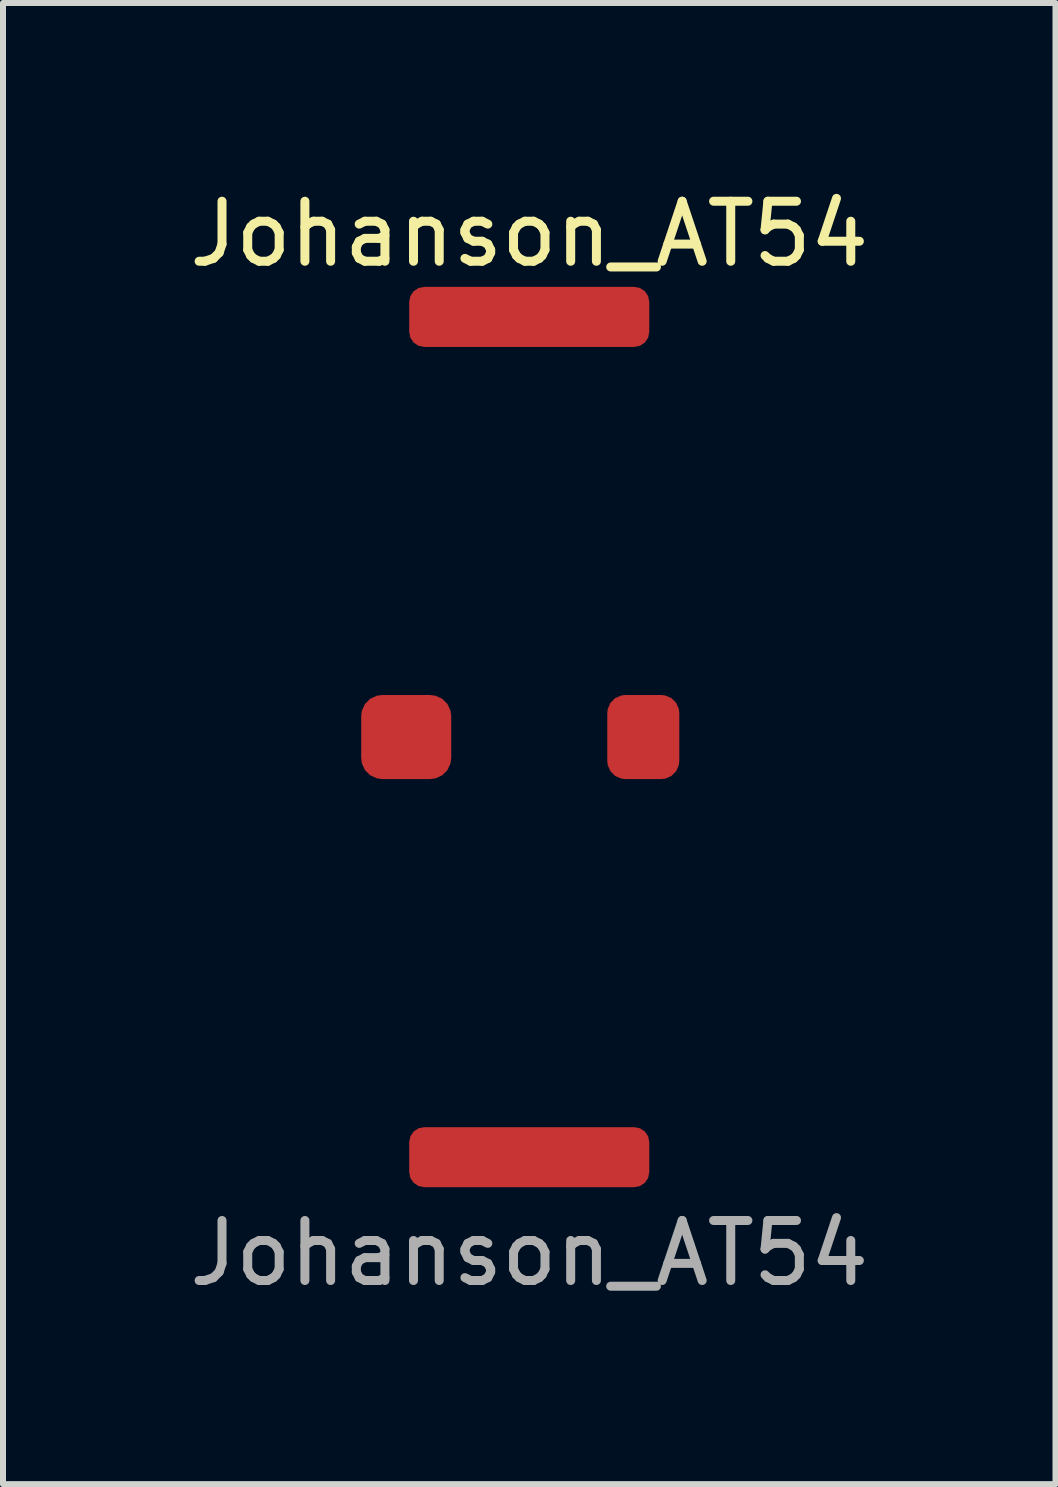
<source format=kicad_pcb>
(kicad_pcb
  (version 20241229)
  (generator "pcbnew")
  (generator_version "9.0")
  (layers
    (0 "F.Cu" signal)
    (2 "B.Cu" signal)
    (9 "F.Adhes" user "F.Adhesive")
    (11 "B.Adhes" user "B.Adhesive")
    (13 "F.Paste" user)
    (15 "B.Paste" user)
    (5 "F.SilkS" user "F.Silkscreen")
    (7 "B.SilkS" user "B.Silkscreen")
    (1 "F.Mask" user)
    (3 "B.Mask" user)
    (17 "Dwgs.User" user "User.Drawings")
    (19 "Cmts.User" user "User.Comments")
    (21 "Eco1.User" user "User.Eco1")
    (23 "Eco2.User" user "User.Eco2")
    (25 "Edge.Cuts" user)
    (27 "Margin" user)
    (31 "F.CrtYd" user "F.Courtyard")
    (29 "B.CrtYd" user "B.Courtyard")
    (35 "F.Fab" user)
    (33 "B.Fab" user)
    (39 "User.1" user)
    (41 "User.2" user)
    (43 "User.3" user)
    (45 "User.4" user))
  (footprint "Johanson_AT54"
    (layer "F.Cu")
    (at 5.768 9.23)
    (property "Reference" "Johanson_AT54" (at 0 -8.382 0) (unlocked yes) (layer "F.SilkS") (effects (font (size 1 1) (thickness 0.15))))
    (attr smd)
    (fp_text user "${REFERENCE}" (at 0 8.6 0) (unlocked yes) (layer "F.Fab") (effects (font (size 1 1) (thickness 0.15))))
    (pad "1" smd roundrect (at -2.05 0) (size 1.5 1.4) (layers "F.Cu" "F.Mask" "F.Paste") (roundrect_rratio 0.25))
    (pad "2" smd roundrect (at 0 -7) (size 4 1) (layers "F.Cu" "F.Mask" "F.Paste") (roundrect_rratio 0.25))
    (pad "3" smd roundrect (at 1.9 0) (size 1.2 1.4) (layers "F.Cu" "F.Mask" "F.Paste") (roundrect_rratio 0.25))
    (pad "4" smd roundrect (at 0 7) (size 4 1) (layers "F.Cu" "F.Mask" "F.Paste") (roundrect_rratio 0.25)))
  (gr_rect
    (start -3 -3)
    (end 14.536 21.678)
    (stroke (width 0.1) (type default))
    (fill no)
    (layer "Edge.Cuts")))
</source>
